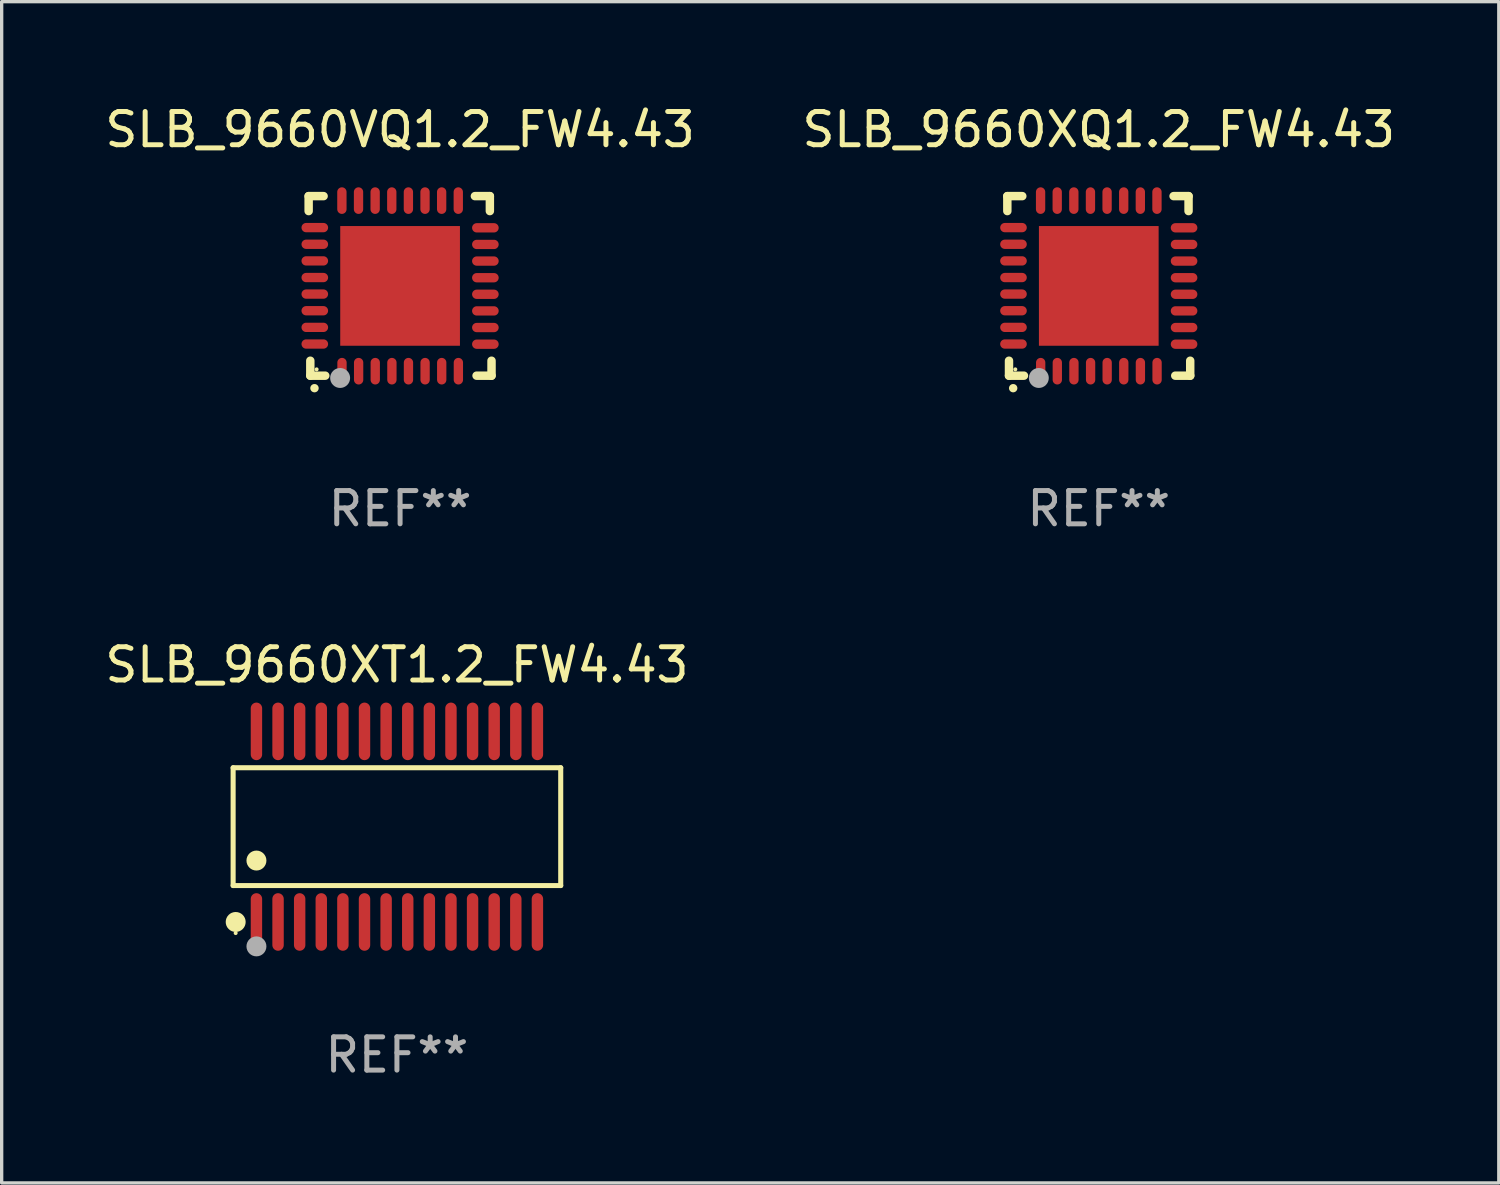
<source format=kicad_pcb>
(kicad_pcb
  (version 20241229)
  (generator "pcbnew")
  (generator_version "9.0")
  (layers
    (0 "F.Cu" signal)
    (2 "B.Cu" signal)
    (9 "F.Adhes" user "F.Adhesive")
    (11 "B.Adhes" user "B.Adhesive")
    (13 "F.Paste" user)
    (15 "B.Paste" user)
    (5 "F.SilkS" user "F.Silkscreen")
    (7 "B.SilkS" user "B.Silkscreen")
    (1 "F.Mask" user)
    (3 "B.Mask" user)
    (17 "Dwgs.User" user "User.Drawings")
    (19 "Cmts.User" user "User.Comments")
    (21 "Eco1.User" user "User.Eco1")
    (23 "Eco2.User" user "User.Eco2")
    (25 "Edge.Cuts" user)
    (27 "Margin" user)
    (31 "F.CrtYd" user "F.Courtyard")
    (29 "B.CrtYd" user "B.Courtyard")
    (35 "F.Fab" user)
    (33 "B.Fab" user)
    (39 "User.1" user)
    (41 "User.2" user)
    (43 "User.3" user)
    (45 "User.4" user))
  (footprint "SLB_9660VQ1.2_FW4.43"
    (layer "F.Cu")
    (at 8.982 5.548)
    (property "Reference" "SLB_9660VQ1.2_FW4.43" (at 0 -4.7 0) (layer "F.SilkS") (effects (font (size 1 1) (thickness 0.15))))
    (attr through_hole)
    (fp_line (start -2.75 -2.7) (end -2.75 -2.25) (stroke (width 0.254) (type solid)) (layer "F.SilkS"))
    (fp_line (start -2.7 2.7) (end -2.7 2.25) (stroke (width 0.254) (type solid)) (layer "F.SilkS"))
    (fp_line (start -2.3 -2.7) (end -2.75 -2.7) (stroke (width 0.254) (type solid)) (layer "F.SilkS"))
    (fp_line (start -2.25 2.7) (end -2.7 2.7) (stroke (width 0.254) (type solid)) (layer "F.SilkS"))
    (fp_line (start 2.3 2.7) (end 2.75 2.7) (stroke (width 0.254) (type solid)) (layer "F.SilkS"))
    (fp_line (start 2.7 -2.7) (end 2.25 -2.7) (stroke (width 0.254) (type solid)) (layer "F.SilkS"))
    (fp_line (start 2.7 -2.25) (end 2.7 -2.7) (stroke (width 0.254) (type solid)) (layer "F.SilkS"))
    (fp_line (start 2.75 2.7) (end 2.75 2.25) (stroke (width 0.254) (type solid)) (layer "F.SilkS"))
    (fp_arc (start -2.575565 3.075946) (mid -2.574295 3.07594) (end -2.573025 3.075946) (stroke (width 0.25) (type solid)) (layer "F.SilkS"))
    (fp_circle (center -2.51 2.51) (end -2.48 2.51) (stroke (width 0.06) (type solid)) (fill no) (layer "F.SilkS"))
    (fp_circle (center -1.803 2.769) (end -1.653 2.769) (stroke (width 0.3) (type solid)) (fill no) (layer "F.Fab"))
    (fp_text user "REF**" (at 0 6.7 0) (layer "F.Fab") (effects (font (size 1 1) (thickness 0.15))))
    (pad "1" smd oval (at -1.747 2.565) (size 0.28 0.8) (layers "F.Cu" "F.Mask" "F.Paste"))
    (pad "2" smd oval (at -1.247 2.565) (size 0.28 0.8) (layers "F.Cu" "F.Mask" "F.Paste"))
    (pad "3" smd oval (at -0.747 2.565) (size 0.28 0.8) (layers "F.Cu" "F.Mask" "F.Paste"))
    (pad "4" smd oval (at -0.246 2.565) (size 0.28 0.8) (layers "F.Cu" "F.Mask" "F.Paste"))
    (pad "5" smd oval (at 0.252 2.565) (size 0.28 0.8) (layers "F.Cu" "F.Mask" "F.Paste"))
    (pad "6" smd oval (at 0.752 2.565) (size 0.28 0.8) (layers "F.Cu" "F.Mask" "F.Paste"))
    (pad "7" smd oval (at 1.252 2.565) (size 0.28 0.8) (layers "F.Cu" "F.Mask" "F.Paste"))
    (pad "8" smd oval (at 1.753 2.565) (size 0.28 0.8) (layers "F.Cu" "F.Mask" "F.Paste"))
    (pad "9" smd oval (at 2.565 1.753) (size 0.8 0.28) (layers "F.Cu" "F.Mask" "F.Paste"))
    (pad "10" smd oval (at 2.565 1.252) (size 0.8 0.28) (layers "F.Cu" "F.Mask" "F.Paste"))
    (pad "11" smd oval (at 2.565 0.752) (size 0.8 0.28) (layers "F.Cu" "F.Mask" "F.Paste"))
    (pad "12" smd oval (at 2.565 0.252) (size 0.8 0.28) (layers "F.Cu" "F.Mask" "F.Paste"))
    (pad "13" smd oval (at 2.565 -0.246) (size 0.8 0.28) (layers "F.Cu" "F.Mask" "F.Paste"))
    (pad "14" smd oval (at 2.565 -0.747) (size 0.8 0.28) (layers "F.Cu" "F.Mask" "F.Paste"))
    (pad "15" smd oval (at 2.565 -1.247) (size 0.8 0.28) (layers "F.Cu" "F.Mask" "F.Paste"))
    (pad "16" smd oval (at 2.565 -1.747) (size 0.8 0.28) (layers "F.Cu" "F.Mask" "F.Paste"))
    (pad "17" smd oval (at 1.75 -2.565) (size 0.28 0.8) (layers "F.Cu" "F.Mask" "F.Paste"))
    (pad "18" smd oval (at 1.25 -2.565) (size 0.28 0.8) (layers "F.Cu" "F.Mask" "F.Paste"))
    (pad "19" smd oval (at 0.75 -2.565) (size 0.28 0.8) (layers "F.Cu" "F.Mask" "F.Paste"))
    (pad "20" smd oval (at 0.25 -2.565) (size 0.28 0.8) (layers "F.Cu" "F.Mask" "F.Paste"))
    (pad "21" smd oval (at -0.25 -2.565) (size 0.28 0.8) (layers "F.Cu" "F.Mask" "F.Paste"))
    (pad "22" smd oval (at -0.75 -2.565) (size 0.28 0.8) (layers "F.Cu" "F.Mask" "F.Paste"))
    (pad "23" smd oval (at -1.25 -2.565) (size 0.28 0.8) (layers "F.Cu" "F.Mask" "F.Paste"))
    (pad "24" smd oval (at -1.75 -2.565) (size 0.28 0.8) (layers "F.Cu" "F.Mask" "F.Paste"))
    (pad "25" smd oval (at -2.565 -1.753) (size 0.8 0.28) (layers "F.Cu" "F.Mask" "F.Paste"))
    (pad "26" smd oval (at -2.565 -1.252) (size 0.8 0.28) (layers "F.Cu" "F.Mask" "F.Paste"))
    (pad "27" smd oval (at -2.565 -0.752) (size 0.8 0.28) (layers "F.Cu" "F.Mask" "F.Paste"))
    (pad "28" smd oval (at -2.565 -0.251) (size 0.8 0.28) (layers "F.Cu" "F.Mask" "F.Paste"))
    (pad "29" smd oval (at -2.565 0.246) (size 0.8 0.28) (layers "F.Cu" "F.Mask" "F.Paste"))
    (pad "30" smd oval (at -2.565 0.747) (size 0.8 0.28) (layers "F.Cu" "F.Mask" "F.Paste"))
    (pad "31" smd oval (at -2.565 1.247) (size 0.8 0.28) (layers "F.Cu" "F.Mask" "F.Paste"))
    (pad "32" smd oval (at -2.565 1.748) (size 0.8 0.28) (layers "F.Cu" "F.Mask" "F.Paste"))
    (pad "33" smd rect (at 0.000076 0.000076) (size 3.6 3.6) (layers "F.Cu" "F.Mask" "F.Paste")))
  (footprint "SLB_9660XQ1.2_FW4.43"
    (layer "F.Cu")
    (at 29.994 5.548)
    (property "Reference" "SLB_9660XQ1.2_FW4.43" (at 0 -4.7 0) (layer "F.SilkS") (effects (font (size 1 1) (thickness 0.15))))
    (attr through_hole)
    (fp_line (start -2.75 -2.7) (end -2.75 -2.25) (stroke (width 0.254) (type solid)) (layer "F.SilkS"))
    (fp_line (start -2.7 2.7) (end -2.7 2.25) (stroke (width 0.254) (type solid)) (layer "F.SilkS"))
    (fp_line (start -2.3 -2.7) (end -2.75 -2.7) (stroke (width 0.254) (type solid)) (layer "F.SilkS"))
    (fp_line (start -2.25 2.7) (end -2.7 2.7) (stroke (width 0.254) (type solid)) (layer "F.SilkS"))
    (fp_line (start 2.3 2.7) (end 2.75 2.7) (stroke (width 0.254) (type solid)) (layer "F.SilkS"))
    (fp_line (start 2.7 -2.7) (end 2.25 -2.7) (stroke (width 0.254) (type solid)) (layer "F.SilkS"))
    (fp_line (start 2.7 -2.25) (end 2.7 -2.7) (stroke (width 0.254) (type solid)) (layer "F.SilkS"))
    (fp_line (start 2.75 2.7) (end 2.75 2.25) (stroke (width 0.254) (type solid)) (layer "F.SilkS"))
    (fp_arc (start -2.575565 3.075946) (mid -2.574295 3.07594) (end -2.573025 3.075946) (stroke (width 0.25) (type solid)) (layer "F.SilkS"))
    (fp_circle (center -2.51 2.51) (end -2.48 2.51) (stroke (width 0.06) (type solid)) (fill no) (layer "F.SilkS"))
    (fp_circle (center -1.803 2.769) (end -1.653 2.769) (stroke (width 0.3) (type solid)) (fill no) (layer "F.Fab"))
    (fp_text user "REF**" (at 0 6.7 0) (layer "F.Fab") (effects (font (size 1 1) (thickness 0.15))))
    (pad "1" smd oval (at -1.747 2.565) (size 0.28 0.8) (layers "F.Cu" "F.Mask" "F.Paste"))
    (pad "2" smd oval (at -1.247 2.565) (size 0.28 0.8) (layers "F.Cu" "F.Mask" "F.Paste"))
    (pad "3" smd oval (at -0.747 2.565) (size 0.28 0.8) (layers "F.Cu" "F.Mask" "F.Paste"))
    (pad "4" smd oval (at -0.246 2.565) (size 0.28 0.8) (layers "F.Cu" "F.Mask" "F.Paste"))
    (pad "5" smd oval (at 0.252 2.565) (size 0.28 0.8) (layers "F.Cu" "F.Mask" "F.Paste"))
    (pad "6" smd oval (at 0.752 2.565) (size 0.28 0.8) (layers "F.Cu" "F.Mask" "F.Paste"))
    (pad "7" smd oval (at 1.252 2.565) (size 0.28 0.8) (layers "F.Cu" "F.Mask" "F.Paste"))
    (pad "8" smd oval (at 1.753 2.565) (size 0.28 0.8) (layers "F.Cu" "F.Mask" "F.Paste"))
    (pad "9" smd oval (at 2.565 1.753) (size 0.8 0.28) (layers "F.Cu" "F.Mask" "F.Paste"))
    (pad "10" smd oval (at 2.565 1.252) (size 0.8 0.28) (layers "F.Cu" "F.Mask" "F.Paste"))
    (pad "11" smd oval (at 2.565 0.752) (size 0.8 0.28) (layers "F.Cu" "F.Mask" "F.Paste"))
    (pad "12" smd oval (at 2.565 0.252) (size 0.8 0.28) (layers "F.Cu" "F.Mask" "F.Paste"))
    (pad "13" smd oval (at 2.565 -0.246) (size 0.8 0.28) (layers "F.Cu" "F.Mask" "F.Paste"))
    (pad "14" smd oval (at 2.565 -0.747) (size 0.8 0.28) (layers "F.Cu" "F.Mask" "F.Paste"))
    (pad "15" smd oval (at 2.565 -1.247) (size 0.8 0.28) (layers "F.Cu" "F.Mask" "F.Paste"))
    (pad "16" smd oval (at 2.565 -1.747) (size 0.8 0.28) (layers "F.Cu" "F.Mask" "F.Paste"))
    (pad "17" smd oval (at 1.75 -2.565) (size 0.28 0.8) (layers "F.Cu" "F.Mask" "F.Paste"))
    (pad "18" smd oval (at 1.25 -2.565) (size 0.28 0.8) (layers "F.Cu" "F.Mask" "F.Paste"))
    (pad "19" smd oval (at 0.75 -2.565) (size 0.28 0.8) (layers "F.Cu" "F.Mask" "F.Paste"))
    (pad "20" smd oval (at 0.25 -2.565) (size 0.28 0.8) (layers "F.Cu" "F.Mask" "F.Paste"))
    (pad "21" smd oval (at -0.25 -2.565) (size 0.28 0.8) (layers "F.Cu" "F.Mask" "F.Paste"))
    (pad "22" smd oval (at -0.75 -2.565) (size 0.28 0.8) (layers "F.Cu" "F.Mask" "F.Paste"))
    (pad "23" smd oval (at -1.25 -2.565) (size 0.28 0.8) (layers "F.Cu" "F.Mask" "F.Paste"))
    (pad "24" smd oval (at -1.75 -2.565) (size 0.28 0.8) (layers "F.Cu" "F.Mask" "F.Paste"))
    (pad "25" smd oval (at -2.565 -1.753) (size 0.8 0.28) (layers "F.Cu" "F.Mask" "F.Paste"))
    (pad "26" smd oval (at -2.565 -1.252) (size 0.8 0.28) (layers "F.Cu" "F.Mask" "F.Paste"))
    (pad "27" smd oval (at -2.565 -0.752) (size 0.8 0.28) (layers "F.Cu" "F.Mask" "F.Paste"))
    (pad "28" smd oval (at -2.565 -0.251) (size 0.8 0.28) (layers "F.Cu" "F.Mask" "F.Paste"))
    (pad "29" smd oval (at -2.565 0.246) (size 0.8 0.28) (layers "F.Cu" "F.Mask" "F.Paste"))
    (pad "30" smd oval (at -2.565 0.747) (size 0.8 0.28) (layers "F.Cu" "F.Mask" "F.Paste"))
    (pad "31" smd oval (at -2.565 1.247) (size 0.8 0.28) (layers "F.Cu" "F.Mask" "F.Paste"))
    (pad "32" smd oval (at -2.565 1.748) (size 0.8 0.28) (layers "F.Cu" "F.Mask" "F.Paste"))
    (pad "33" smd rect (at 0.000076 0.000076) (size 3.6 3.6) (layers "F.Cu" "F.Mask" "F.Paste")))
  (footprint "SLB_9660XT1.2_FW4.43"
    (layer "F.Cu")
    (at 8.887 21.811)
    (property "Reference" "SLB_9660XT1.2_FW4.43" (at 0 -4.866 0) (layer "F.SilkS") (effects (font (size 1 1) (thickness 0.15))))
    (attr through_hole)
    (fp_line (start -4.926 -1.772) (end 4.926 -1.772) (stroke (width 0.152) (type solid)) (layer "F.SilkS"))
    (fp_line (start -4.926 1.771) (end -4.926 -1.772) (stroke (width 0.152) (type solid)) (layer "F.SilkS"))
    (fp_line (start 4.926 -1.772) (end 4.926 1.771) (stroke (width 0.152) (type solid)) (layer "F.SilkS"))
    (fp_line (start 4.926 1.771) (end -4.926 1.771) (stroke (width 0.152) (type solid)) (layer "F.SilkS"))
    (fp_circle (center -4.85 3.2) (end -4.82 3.2) (stroke (width 0.06) (type solid)) (fill no) (layer "F.SilkS"))
    (fp_circle (center -4.849 2.866) (end -4.699 2.866) (stroke (width 0.3) (type solid)) (fill no) (layer "F.SilkS"))
    (fp_circle (center -4.225 1.019) (end -4.075 1.019) (stroke (width 0.3) (type solid)) (fill no) (layer "F.SilkS"))
    (fp_circle (center -4.225 3.6) (end -4.075 3.6) (stroke (width 0.3) (type solid)) (fill no) (layer "F.Fab"))
    (fp_text user "REF**" (at 0 6.866 0) (layer "F.Fab") (effects (font (size 1 1) (thickness 0.15))))
    (pad "1" smd oval (at -4.225 2.866) (size 0.343 1.731) (layers "F.Cu" "F.Mask" "F.Paste"))
    (pad "2" smd oval (at -3.575 2.866) (size 0.343 1.731) (layers "F.Cu" "F.Mask" "F.Paste"))
    (pad "3" smd oval (at -2.925 2.866) (size 0.343 1.731) (layers "F.Cu" "F.Mask" "F.Paste"))
    (pad "4" smd oval (at -2.275 2.866) (size 0.343 1.731) (layers "F.Cu" "F.Mask" "F.Paste"))
    (pad "5" smd oval (at -1.625 2.866) (size 0.343 1.731) (layers "F.Cu" "F.Mask" "F.Paste"))
    (pad "6" smd oval (at -0.975 2.866) (size 0.343 1.731) (layers "F.Cu" "F.Mask" "F.Paste"))
    (pad "7" smd oval (at -0.325 2.866) (size 0.343 1.731) (layers "F.Cu" "F.Mask" "F.Paste"))
    (pad "8" smd oval (at 0.325 2.866) (size 0.343 1.731) (layers "F.Cu" "F.Mask" "F.Paste"))
    (pad "9" smd oval (at 0.975 2.866) (size 0.343 1.731) (layers "F.Cu" "F.Mask" "F.Paste"))
    (pad "10" smd oval (at 1.625 2.866) (size 0.343 1.731) (layers "F.Cu" "F.Mask" "F.Paste"))
    (pad "11" smd oval (at 2.275 2.866) (size 0.343 1.731) (layers "F.Cu" "F.Mask" "F.Paste"))
    (pad "12" smd oval (at 2.925 2.866) (size 0.343 1.731) (layers "F.Cu" "F.Mask" "F.Paste"))
    (pad "13" smd oval (at 3.575 2.866) (size 0.343 1.731) (layers "F.Cu" "F.Mask" "F.Paste"))
    (pad "14" smd oval (at 4.225 2.866) (size 0.343 1.731) (layers "F.Cu" "F.Mask" "F.Paste"))
    (pad "15" smd oval (at 4.225 -2.866) (size 0.343 1.731) (layers "F.Cu" "F.Mask" "F.Paste"))
    (pad "16" smd oval (at 3.575 -2.866) (size 0.343 1.731) (layers "F.Cu" "F.Mask" "F.Paste"))
    (pad "17" smd oval (at 2.925 -2.866) (size 0.343 1.731) (layers "F.Cu" "F.Mask" "F.Paste"))
    (pad "18" smd oval (at 2.275 -2.866) (size 0.343 1.731) (layers "F.Cu" "F.Mask" "F.Paste"))
    (pad "19" smd oval (at 1.625 -2.866) (size 0.343 1.731) (layers "F.Cu" "F.Mask" "F.Paste"))
    (pad "20" smd oval (at 0.975 -2.866) (size 0.343 1.731) (layers "F.Cu" "F.Mask" "F.Paste"))
    (pad "21" smd oval (at 0.325 -2.866) (size 0.343 1.731) (layers "F.Cu" "F.Mask" "F.Paste"))
    (pad "22" smd oval (at -0.325 -2.866) (size 0.343 1.731) (layers "F.Cu" "F.Mask" "F.Paste"))
    (pad "23" smd oval (at -0.975 -2.866) (size 0.343 1.731) (layers "F.Cu" "F.Mask" "F.Paste"))
    (pad "24" smd oval (at -1.625 -2.866) (size 0.343 1.731) (layers "F.Cu" "F.Mask" "F.Paste"))
    (pad "25" smd oval (at -2.275 -2.866) (size 0.343 1.731) (layers "F.Cu" "F.Mask" "F.Paste"))
    (pad "26" smd oval (at -2.925 -2.866) (size 0.343 1.731) (layers "F.Cu" "F.Mask" "F.Paste"))
    (pad "27" smd oval (at -3.575 -2.866) (size 0.343 1.731) (layers "F.Cu" "F.Mask" "F.Paste"))
    (pad "28" smd oval (at -4.225 -2.866) (size 0.343 1.731) (layers "F.Cu" "F.Mask" "F.Paste")))
  (gr_rect
    (start -3 -3)
    (end 42.024 32.525)
    (stroke (width 0.1) (type default))
    (fill no)
    (layer "Edge.Cuts")))
</source>
